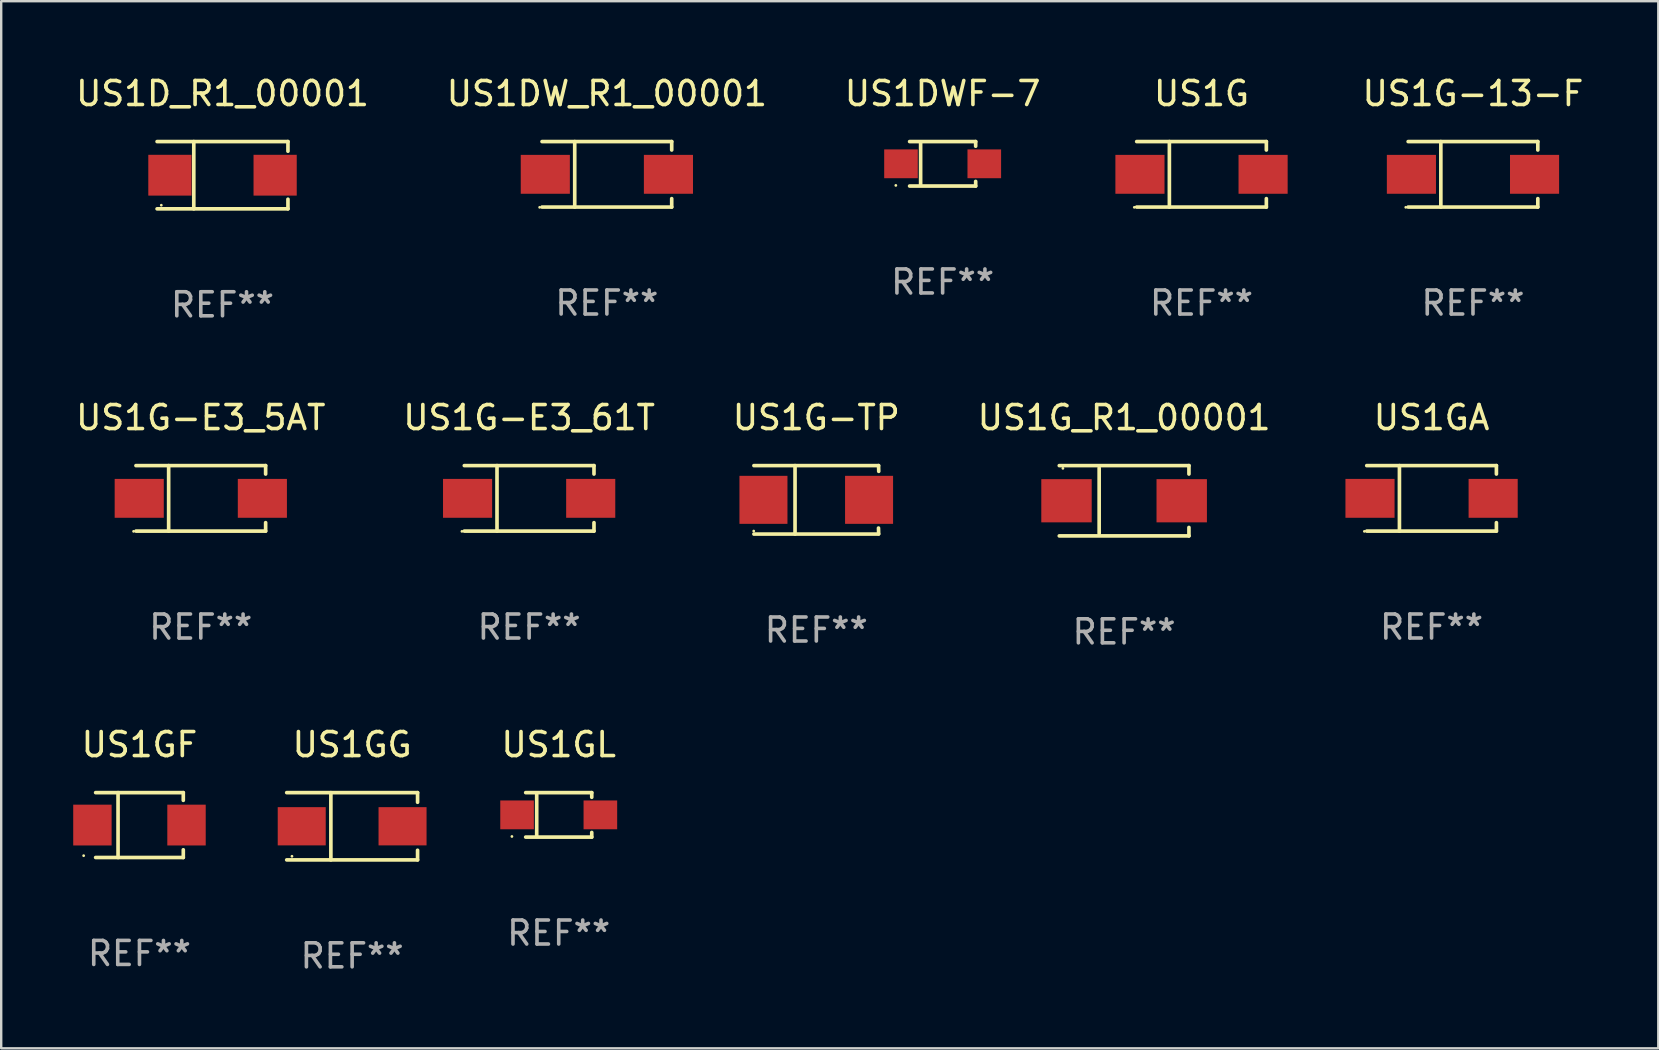
<source format=kicad_pcb>
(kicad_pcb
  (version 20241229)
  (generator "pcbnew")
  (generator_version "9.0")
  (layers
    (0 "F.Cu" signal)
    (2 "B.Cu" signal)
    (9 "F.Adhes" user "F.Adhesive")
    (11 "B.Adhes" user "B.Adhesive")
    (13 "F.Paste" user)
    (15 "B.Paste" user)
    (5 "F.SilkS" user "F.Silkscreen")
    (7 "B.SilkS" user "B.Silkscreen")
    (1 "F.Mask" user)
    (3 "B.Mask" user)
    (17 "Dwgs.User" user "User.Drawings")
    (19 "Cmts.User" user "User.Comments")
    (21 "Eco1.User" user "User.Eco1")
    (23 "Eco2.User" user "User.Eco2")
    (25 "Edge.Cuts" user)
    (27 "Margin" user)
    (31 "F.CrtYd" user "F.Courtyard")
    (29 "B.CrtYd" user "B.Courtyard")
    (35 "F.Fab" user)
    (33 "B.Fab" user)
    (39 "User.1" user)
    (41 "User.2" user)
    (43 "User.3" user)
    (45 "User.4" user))
  (footprint "US1GG"
    (layer "F.Cu")
    (at 11.62 31.372)
    (property "Reference" "US1GG" (at 0 -3.401 0) (layer "F.SilkS") (effects (font (size 1 1) (thickness 0.15))))
    (attr through_hole)
    (fp_line (start -2.726 -1.401) (end 2.726 -1.401) (stroke (width 0.152) (type solid)) (layer "F.SilkS"))
    (fp_line (start -2.726 1.401) (end 2.726 1.401) (stroke (width 0.152) (type solid)) (layer "F.SilkS"))
    (fp_line (start -0.886 -1.401) (end -0.886 1.401) (stroke (width 0.152) (type solid)) (layer "F.SilkS"))
    (fp_line (start 2.726 -1.401) (end 2.726 -1) (stroke (width 0.152) (type solid)) (layer "F.SilkS"))
    (fp_line (start 2.726 1.401) (end 2.726 1) (stroke (width 0.152) (type solid)) (layer "F.SilkS"))
    (fp_circle (center -2.507 1.25) (end -2.477 1.25) (stroke (width 0.06) (type solid)) (fill no) (layer "F.SilkS"))
    (fp_text user "REF**" (at 0 5.401 0) (layer "F.Fab") (effects (font (size 1 1) (thickness 0.15))))
    (pad "1" smd rect (at -2.1 0 180) (size 2 1.593) (layers "F.Cu" "F.Mask" "F.Paste"))
    (pad "2" smd rect (at 2.1 0 180) (size 2 1.593) (layers "F.Cu" "F.Mask" "F.Paste")))
  (footprint "US1GA"
    (layer "F.Cu")
    (at 56.589 17.711)
    (property "Reference" "US1GA" (at 0 -3.364 0) (layer "F.SilkS") (effects (font (size 1 1) (thickness 0.15))))
    (attr through_hole)
    (fp_line (start -2.701 -1.364) (end 2.701 -1.364) (stroke (width 0.152) (type solid)) (layer "F.SilkS"))
    (fp_line (start -2.701 1.364) (end 2.701 1.364) (stroke (width 0.152) (type solid)) (layer "F.SilkS"))
    (fp_line (start -1.339 -1.364) (end -1.339 1.364) (stroke (width 0.152) (type solid)) (layer "F.SilkS"))
    (fp_line (start 2.701 -1.364) (end 2.701 -1.013) (stroke (width 0.152) (type solid)) (layer "F.SilkS"))
    (fp_line (start 2.701 1.364) (end 2.701 1.013) (stroke (width 0.152) (type solid)) (layer "F.SilkS"))
    (fp_circle (center -2.8 1.375) (end -2.77 1.375) (stroke (width 0.06) (type solid)) (fill no) (layer "F.SilkS"))
    (fp_text user "REF**" (at 0 5.364 0) (layer "F.Fab") (effects (font (size 1 1) (thickness 0.15))))
    (pad "1" smd rect (at -2.565 -0.000025) (size 2.046 1.62) (layers "F.Cu" "F.Mask" "F.Paste"))
    (pad "2" smd rect (at 2.565 -0.000025) (size 2.046 1.62) (layers "F.Cu" "F.Mask" "F.Paste")))
  (footprint "US1DW_R1_00001"
    (layer "F.Cu")
    (at 22.232 4.212)
    (property "Reference" "US1DW_R1_00001" (at 0 -3.364 0) (layer "F.SilkS") (effects (font (size 1 1) (thickness 0.15))))
    (attr through_hole)
    (fp_line (start -2.701 -1.364) (end 2.701 -1.364) (stroke (width 0.152) (type solid)) (layer "F.SilkS"))
    (fp_line (start -2.701 1.364) (end 2.701 1.364) (stroke (width 0.152) (type solid)) (layer "F.SilkS"))
    (fp_line (start -1.339 -1.364) (end -1.339 1.364) (stroke (width 0.152) (type solid)) (layer "F.SilkS"))
    (fp_line (start 2.701 -1.364) (end 2.701 -1.013) (stroke (width 0.152) (type solid)) (layer "F.SilkS"))
    (fp_line (start 2.701 1.364) (end 2.701 1.013) (stroke (width 0.152) (type solid)) (layer "F.SilkS"))
    (fp_circle (center -2.8 1.375) (end -2.77 1.375) (stroke (width 0.06) (type solid)) (fill no) (layer "F.SilkS"))
    (fp_text user "REF**" (at 0 5.364 0) (layer "F.Fab") (effects (font (size 1 1) (thickness 0.15))))
    (pad "1" smd rect (at -2.565 -0.000025) (size 2.046 1.62) (layers "F.Cu" "F.Mask" "F.Paste"))
    (pad "2" smd rect (at 2.565 -0.000025) (size 2.046 1.62) (layers "F.Cu" "F.Mask" "F.Paste")))
  (footprint "US1D_R1_00001"
    (layer "F.Cu")
    (at 6.22 4.249)
    (property "Reference" "US1D_R1_00001" (at 0 -3.401 0) (layer "F.SilkS") (effects (font (size 1 1) (thickness 0.15))))
    (attr through_hole)
    (fp_line (start -2.726 -1.401) (end 2.726 -1.401) (stroke (width 0.152) (type solid)) (layer "F.SilkS"))
    (fp_line (start -2.726 1.401) (end 2.726 1.401) (stroke (width 0.152) (type solid)) (layer "F.SilkS"))
    (fp_line (start -1.197 -1.401) (end -1.197 1.401) (stroke (width 0.152) (type solid)) (layer "F.SilkS"))
    (fp_line (start 2.726 -1.401) (end 2.726 -1) (stroke (width 0.152) (type solid)) (layer "F.SilkS"))
    (fp_line (start 2.726 1.401) (end 2.726 1) (stroke (width 0.152) (type solid)) (layer "F.SilkS"))
    (fp_circle (center -2.55 1.25) (end -2.52 1.25) (stroke (width 0.06) (type solid)) (fill no) (layer "F.SilkS"))
    (fp_text user "REF**" (at 0 5.401 0) (layer "F.Fab") (effects (font (size 1 1) (thickness 0.15))))
    (pad "1" smd rect (at -2.192 0) (size 1.8 1.7) (layers "F.Cu" "F.Mask" "F.Paste"))
    (pad "2" smd rect (at 2.192 0) (size 1.8 1.7) (layers "F.Cu" "F.Mask" "F.Paste")))
  (footprint "US1G-TP"
    (layer "F.Cu")
    (at 30.958 17.773)
    (property "Reference" "US1G-TP" (at 0 -3.426 0) (layer "F.SilkS") (effects (font (size 1 1) (thickness 0.15))))
    (attr through_hole)
    (fp_line (start -2.6 -1.426) (end 2.593 -1.426) (stroke (width 0.152) (type solid)) (layer "F.SilkS"))
    (fp_line (start -2.6 1.426) (end 2.593 1.426) (stroke (width 0.152) (type solid)) (layer "F.SilkS"))
    (fp_line (start -0.887 -1.426) (end -0.887 1.426) (stroke (width 0.152) (type solid)) (layer "F.SilkS"))
    (fp_line (start 2.59 1.176) (end 2.597 1.415) (stroke (width 0.152) (type solid)) (layer "F.SilkS"))
    (fp_line (start 2.593 -1.426) (end 2.6 -1.187) (stroke (width 0.152) (type solid)) (layer "F.SilkS"))
    (fp_circle (center -2.608 1.3) (end -2.578 1.3) (stroke (width 0.06) (type solid)) (fill no) (layer "F.SilkS"))
    (fp_text user "REF**" (at 0 5.426 0) (layer "F.Fab") (effects (font (size 1 1) (thickness 0.15))))
    (pad "1" smd rect (at -2.203 0 180) (size 2 2) (layers "F.Cu" "F.Mask" "F.Paste"))
    (pad "2" smd rect (at 2.197 0 180) (size 2 2) (layers "F.Cu" "F.Mask" "F.Paste")))
  (footprint "US1G-E3_61T"
    (layer "F.Cu")
    (at 18.994 17.711)
    (property "Reference" "US1G-E3_61T" (at 0 -3.364 0) (layer "F.SilkS") (effects (font (size 1 1) (thickness 0.15))))
    (attr through_hole)
    (fp_line (start -2.701 -1.364) (end 2.701 -1.364) (stroke (width 0.152) (type solid)) (layer "F.SilkS"))
    (fp_line (start -2.701 1.364) (end 2.701 1.364) (stroke (width 0.152) (type solid)) (layer "F.SilkS"))
    (fp_line (start -1.339 -1.364) (end -1.339 1.364) (stroke (width 0.152) (type solid)) (layer "F.SilkS"))
    (fp_line (start 2.701 -1.364) (end 2.701 -1.013) (stroke (width 0.152) (type solid)) (layer "F.SilkS"))
    (fp_line (start 2.701 1.364) (end 2.701 1.013) (stroke (width 0.152) (type solid)) (layer "F.SilkS"))
    (fp_circle (center -2.8 1.375) (end -2.77 1.375) (stroke (width 0.06) (type solid)) (fill no) (layer "F.SilkS"))
    (fp_text user "REF**" (at 0 5.364 0) (layer "F.Fab") (effects (font (size 1 1) (thickness 0.15))))
    (pad "1" smd rect (at -2.565 -0.000025) (size 2.046 1.62) (layers "F.Cu" "F.Mask" "F.Paste"))
    (pad "2" smd rect (at 2.565 -0.000025) (size 2.046 1.62) (layers "F.Cu" "F.Mask" "F.Paste")))
  (footprint "US1G"
    (layer "F.Cu")
    (at 47.005 4.212)
    (property "Reference" "US1G" (at 0 -3.364 0) (layer "F.SilkS") (effects (font (size 1 1) (thickness 0.15))))
    (attr through_hole)
    (fp_line (start -2.701 -1.364) (end 2.701 -1.364) (stroke (width 0.152) (type solid)) (layer "F.SilkS"))
    (fp_line (start -2.701 1.364) (end 2.701 1.364) (stroke (width 0.152) (type solid)) (layer "F.SilkS"))
    (fp_line (start -1.339 -1.364) (end -1.339 1.364) (stroke (width 0.152) (type solid)) (layer "F.SilkS"))
    (fp_line (start 2.701 -1.364) (end 2.701 -1.013) (stroke (width 0.152) (type solid)) (layer "F.SilkS"))
    (fp_line (start 2.701 1.364) (end 2.701 1.013) (stroke (width 0.152) (type solid)) (layer "F.SilkS"))
    (fp_circle (center -2.8 1.375) (end -2.77 1.375) (stroke (width 0.06) (type solid)) (fill no) (layer "F.SilkS"))
    (fp_text user "REF**" (at 0 5.364 0) (layer "F.Fab") (effects (font (size 1 1) (thickness 0.15))))
    (pad "1" smd rect (at -2.565 -0.000025) (size 2.046 1.62) (layers "F.Cu" "F.Mask" "F.Paste"))
    (pad "2" smd rect (at 2.565 -0.000025) (size 2.046 1.62) (layers "F.Cu" "F.Mask" "F.Paste")))
  (footprint "US1G-13-F"
    (layer "F.Cu")
    (at 58.314 4.212)
    (property "Reference" "US1G-13-F" (at 0 -3.364 0) (layer "F.SilkS") (effects (font (size 1 1) (thickness 0.15))))
    (attr through_hole)
    (fp_line (start -2.701 -1.364) (end 2.701 -1.364) (stroke (width 0.152) (type solid)) (layer "F.SilkS"))
    (fp_line (start -2.701 1.364) (end 2.701 1.364) (stroke (width 0.152) (type solid)) (layer "F.SilkS"))
    (fp_line (start -1.339 -1.364) (end -1.339 1.364) (stroke (width 0.152) (type solid)) (layer "F.SilkS"))
    (fp_line (start 2.701 -1.364) (end 2.701 -1.013) (stroke (width 0.152) (type solid)) (layer "F.SilkS"))
    (fp_line (start 2.701 1.364) (end 2.701 1.013) (stroke (width 0.152) (type solid)) (layer "F.SilkS"))
    (fp_circle (center -2.8 1.375) (end -2.77 1.375) (stroke (width 0.06) (type solid)) (fill no) (layer "F.SilkS"))
    (fp_text user "REF**" (at 0 5.364 0) (layer "F.Fab") (effects (font (size 1 1) (thickness 0.15))))
    (pad "1" smd rect (at -2.565 -0.000025) (size 2.046 1.62) (layers "F.Cu" "F.Mask" "F.Paste"))
    (pad "2" smd rect (at 2.565 -0.000025) (size 2.046 1.62) (layers "F.Cu" "F.Mask" "F.Paste")))
  (footprint "US1DWF-7"
    (layer "F.Cu")
    (at 36.22 3.774)
    (property "Reference" "US1DWF-7" (at 0 -2.926 0) (layer "F.SilkS") (effects (font (size 1 1) (thickness 0.15))))
    (attr through_hole)
    (fp_line (start -1.376 -0.926) (end 1.376 -0.926) (stroke (width 0.152) (type solid)) (layer "F.SilkS"))
    (fp_line (start -1.376 0.926) (end 1.376 0.926) (stroke (width 0.152) (type solid)) (layer "F.SilkS"))
    (fp_line (start -0.917 -0.876) (end -0.917 0.876) (stroke (width 0.152) (type solid)) (layer "F.SilkS"))
    (fp_line (start 1.376 -0.926) (end 1.376 -0.733) (stroke (width 0.152) (type solid)) (layer "F.SilkS"))
    (fp_line (start 1.376 0.926) (end 1.376 0.733) (stroke (width 0.152) (type solid)) (layer "F.SilkS"))
    (fp_circle (center -1.95 0.9) (end -1.92 0.9) (stroke (width 0.06) (type solid)) (fill no) (layer "F.SilkS"))
    (fp_text user "REF**" (at 0 4.926 0) (layer "F.Fab") (effects (font (size 1 1) (thickness 0.15))))
    (pad "1" smd rect (at -1.735 0) (size 1.4 1.2) (layers "F.Cu" "F.Mask" "F.Paste"))
    (pad "2" smd rect (at 1.735 0) (size 1.4 1.2) (layers "F.Cu" "F.Mask" "F.Paste")))
  (footprint "US1G_R1_00001"
    (layer "F.Cu")
    (at 43.78 17.811)
    (property "Reference" "US1G_R1_00001" (at 0 -3.464 0) (layer "F.SilkS") (effects (font (size 1 1) (thickness 0.15))))
    (attr through_hole)
    (fp_line (start -2.701 -1.464) (end 2.701 -1.464) (stroke (width 0.152) (type solid)) (layer "F.SilkS"))
    (fp_line (start -2.701 1.464) (end 2.701 1.464) (stroke (width 0.152) (type solid)) (layer "F.SilkS"))
    (fp_line (start -1.039 -1.364) (end -1.039 1.364) (stroke (width 0.152) (type solid)) (layer "F.SilkS"))
    (fp_line (start 2.701 -1.464) (end 2.701 -1.113) (stroke (width 0.152) (type solid)) (layer "F.SilkS"))
    (fp_line (start 2.701 1.464) (end 2.701 1.113) (stroke (width 0.152) (type solid)) (layer "F.SilkS"))
    (fp_circle (center -2.55 -1.35) (end -2.52 -1.35) (stroke (width 0.06) (type solid)) (fill no) (layer "F.SilkS"))
    (fp_text user "REF**" (at 0 5.464 0) (layer "F.Fab") (effects (font (size 1 1) (thickness 0.15))))
    (pad "1" smd rect (at -2.4 0) (size 2.1 1.8) (layers "F.Cu" "F.Mask" "F.Paste"))
    (pad "2" smd rect (at 2.4 0) (size 2.1 1.8) (layers "F.Cu" "F.Mask" "F.Paste")))
  (footprint "US1GF"
    (layer "F.Cu")
    (at 2.76 31.322)
    (property "Reference" "US1GF" (at 0 -3.351 0) (layer "F.SilkS") (effects (font (size 1 1) (thickness 0.15))))
    (attr through_hole)
    (fp_line (start -1.826 -1.351) (end 1.826 -1.351) (stroke (width 0.152) (type solid)) (layer "F.SilkS"))
    (fp_line (start -1.826 1.351) (end 1.826 1.351) (stroke (width 0.152) (type solid)) (layer "F.SilkS"))
    (fp_line (start -0.892 -1.351) (end -0.892 1.351) (stroke (width 0.152) (type solid)) (layer "F.SilkS"))
    (fp_line (start 1.826 -1.351) (end 1.826 -1.03) (stroke (width 0.152) (type solid)) (layer "F.SilkS"))
    (fp_line (start 1.826 1.03) (end 1.826 1.351) (stroke (width 0.152) (type solid)) (layer "F.SilkS"))
    (fp_circle (center -2.325 1.275) (end -2.295 1.275) (stroke (width 0.06) (type solid)) (fill no) (layer "F.SilkS"))
    (fp_text user "REF**" (at 0 5.351 0) (layer "F.Fab") (effects (font (size 1 1) (thickness 0.15))))
    (pad "1" smd rect (at -1.96 0 180) (size 1.6 1.7) (layers "F.Cu" "F.Mask" "F.Paste"))
    (pad "2" smd rect (at 1.96 0 180) (size 1.6 1.7) (layers "F.Cu" "F.Mask" "F.Paste")))
  (footprint "US1G-E3_5AT"
    (layer "F.Cu")
    (at 5.315 17.711)
    (property "Reference" "US1G-E3_5AT" (at 0 -3.364 0) (layer "F.SilkS") (effects (font (size 1 1) (thickness 0.15))))
    (attr through_hole)
    (fp_line (start -2.701 -1.364) (end 2.701 -1.364) (stroke (width 0.152) (type solid)) (layer "F.SilkS"))
    (fp_line (start -2.701 1.364) (end 2.701 1.364) (stroke (width 0.152) (type solid)) (layer "F.SilkS"))
    (fp_line (start -1.339 -1.364) (end -1.339 1.364) (stroke (width 0.152) (type solid)) (layer "F.SilkS"))
    (fp_line (start 2.701 -1.364) (end 2.701 -1.013) (stroke (width 0.152) (type solid)) (layer "F.SilkS"))
    (fp_line (start 2.701 1.364) (end 2.701 1.013) (stroke (width 0.152) (type solid)) (layer "F.SilkS"))
    (fp_circle (center -2.8 1.375) (end -2.77 1.375) (stroke (width 0.06) (type solid)) (fill no) (layer "F.SilkS"))
    (fp_text user "REF**" (at 0 5.364 0) (layer "F.Fab") (effects (font (size 1 1) (thickness 0.15))))
    (pad "1" smd rect (at -2.565 -0.000025) (size 2.046 1.62) (layers "F.Cu" "F.Mask" "F.Paste"))
    (pad "2" smd rect (at 2.565 -0.000025) (size 2.046 1.62) (layers "F.Cu" "F.Mask" "F.Paste")))
  (footprint "US1GL"
    (layer "F.Cu")
    (at 20.226 30.897)
    (property "Reference" "US1GL" (at 0 -2.926 0) (layer "F.SilkS") (effects (font (size 1 1) (thickness 0.15))))
    (attr through_hole)
    (fp_line (start -1.376 -0.926) (end 1.376 -0.926) (stroke (width 0.152) (type solid)) (layer "F.SilkS"))
    (fp_line (start -1.376 0.926) (end 1.376 0.926) (stroke (width 0.152) (type solid)) (layer "F.SilkS"))
    (fp_line (start -0.917 -0.876) (end -0.917 0.876) (stroke (width 0.152) (type solid)) (layer "F.SilkS"))
    (fp_line (start 1.376 -0.926) (end 1.376 -0.733) (stroke (width 0.152) (type solid)) (layer "F.SilkS"))
    (fp_line (start 1.376 0.926) (end 1.376 0.733) (stroke (width 0.152) (type solid)) (layer "F.SilkS"))
    (fp_circle (center -1.95 0.9) (end -1.92 0.9) (stroke (width 0.06) (type solid)) (fill no) (layer "F.SilkS"))
    (fp_text user "REF**" (at 0 4.926 0) (layer "F.Fab") (effects (font (size 1 1) (thickness 0.15))))
    (pad "1" smd rect (at -1.735 0) (size 1.4 1.2) (layers "F.Cu" "F.Mask" "F.Paste"))
    (pad "2" smd rect (at 1.735 0) (size 1.4 1.2) (layers "F.Cu" "F.Mask" "F.Paste")))
  (gr_rect
    (start -3 -3)
    (end 66.034 40.622)
    (stroke (width 0.1) (type default))
    (fill no)
    (layer "Edge.Cuts")))
</source>
